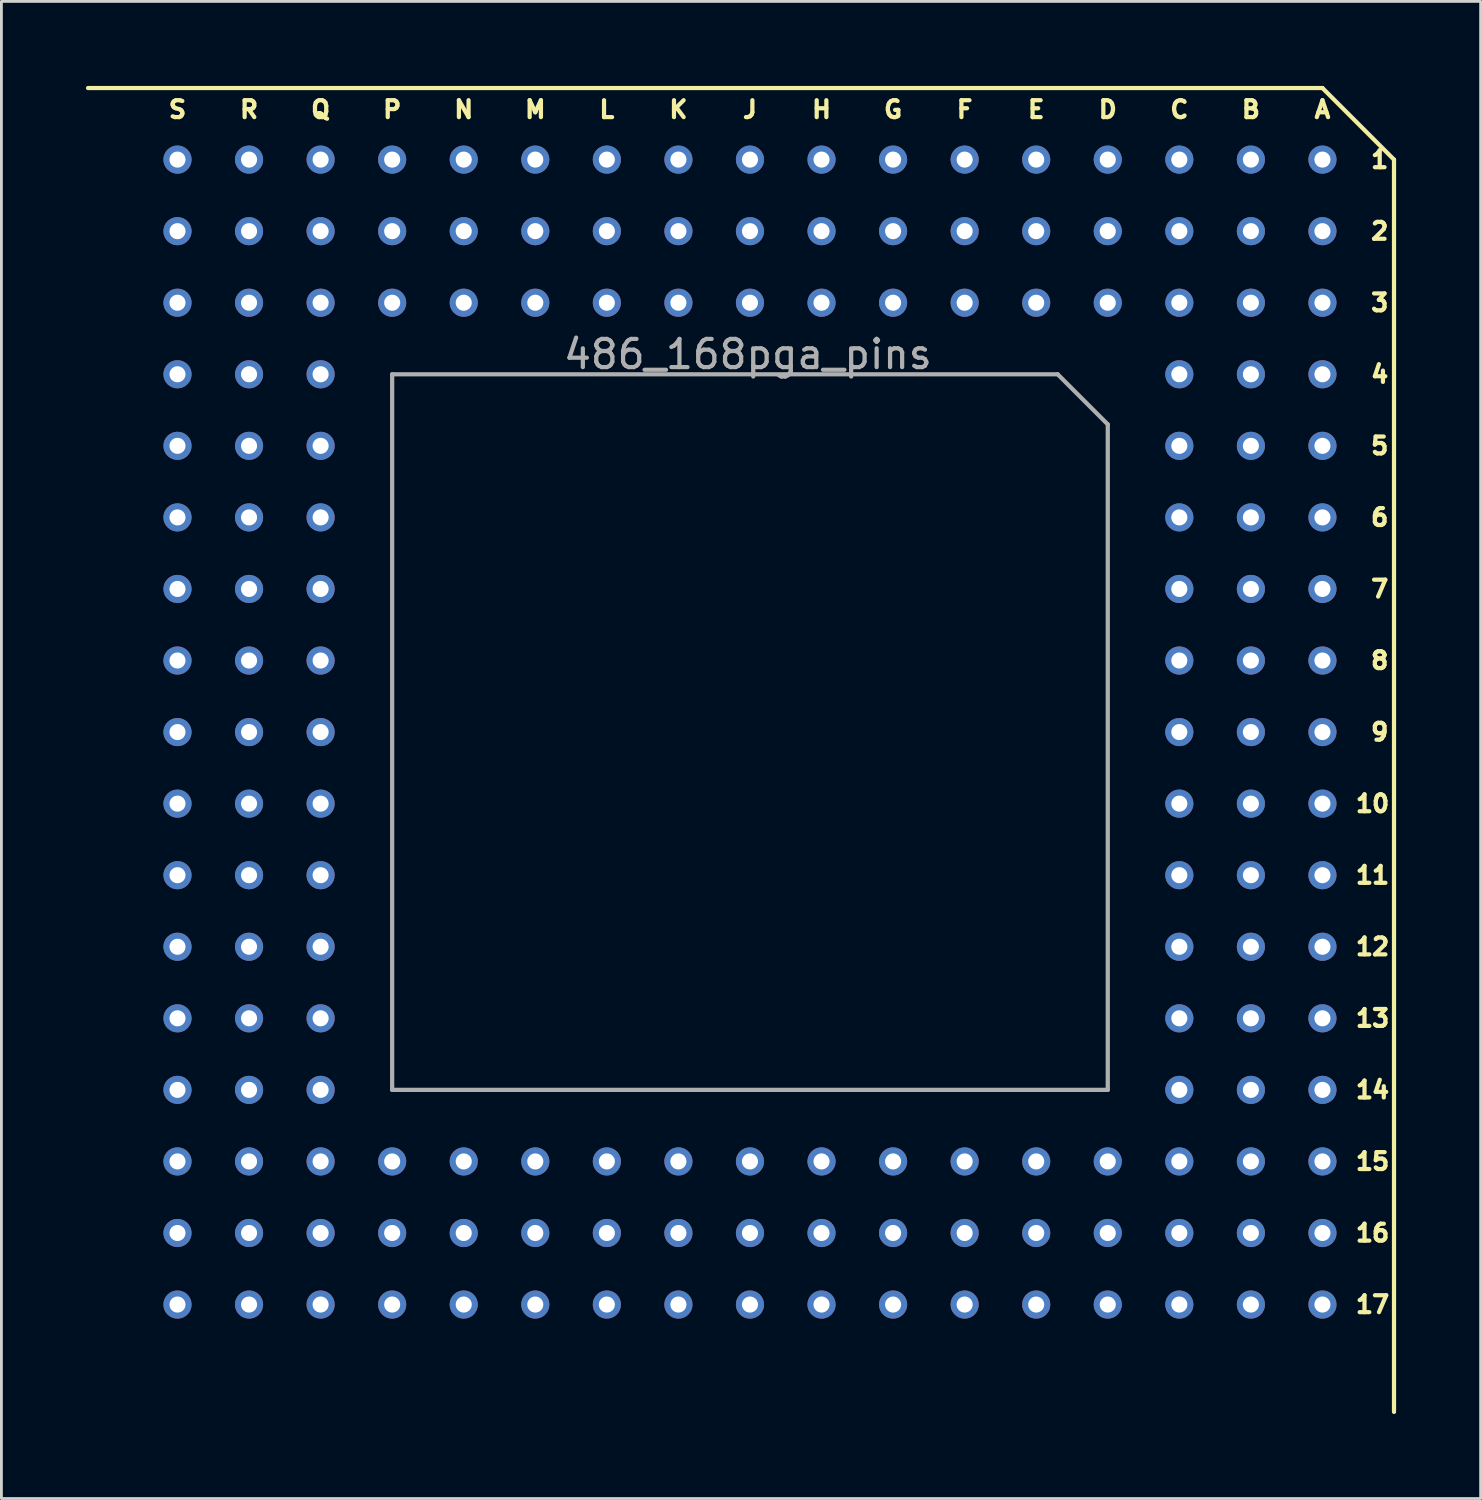
<source format=kicad_pcb>
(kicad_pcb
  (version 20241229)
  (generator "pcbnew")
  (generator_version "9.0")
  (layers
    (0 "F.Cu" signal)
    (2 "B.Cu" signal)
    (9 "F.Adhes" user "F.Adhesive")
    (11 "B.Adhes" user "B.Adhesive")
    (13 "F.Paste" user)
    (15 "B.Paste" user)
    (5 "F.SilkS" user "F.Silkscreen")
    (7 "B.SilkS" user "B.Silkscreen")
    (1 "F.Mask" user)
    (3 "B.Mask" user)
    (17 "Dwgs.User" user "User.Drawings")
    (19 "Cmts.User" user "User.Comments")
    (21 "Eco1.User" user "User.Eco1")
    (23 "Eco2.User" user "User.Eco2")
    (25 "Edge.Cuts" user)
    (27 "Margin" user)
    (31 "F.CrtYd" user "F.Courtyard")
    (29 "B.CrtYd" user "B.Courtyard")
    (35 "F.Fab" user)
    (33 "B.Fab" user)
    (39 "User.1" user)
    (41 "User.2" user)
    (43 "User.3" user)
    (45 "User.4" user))
  (footprint "486_168pga_pins"
    (layer "F.Cu")
    (at 43.89 2.615)
    (property "Reference" "486_168pga_pins" (at -20.395 6.91 0) (layer "F.Fab") (effects (font (size 1 1) (thickness 0.15))))
    (attr through_hole)
    (fp_line (start -43.815 -2.54) (end 0 -2.54) (stroke (width 0.15) (type solid)) (layer "F.SilkS"))
    (fp_line (start 0 -2.54) (end 2.54 0) (stroke (width 0.15) (type solid)) (layer "F.SilkS"))
    (fp_line (start 2.54 0) (end 2.54 44.45) (stroke (width 0.15) (type solid)) (layer "F.SilkS"))
    (fp_line (start -33.02 7.62) (end -33.02 33.02) (stroke (width 0.15) (type solid)) (layer "F.Fab"))
    (fp_line (start -33.02 33.02) (end -7.62 33.02) (stroke (width 0.15) (type solid)) (layer "F.Fab"))
    (fp_line (start -9.398 7.62) (end -33.02 7.62) (stroke (width 0.15) (type solid)) (layer "F.Fab"))
    (fp_line (start -9.398 7.62) (end -7.62 9.398) (stroke (width 0.15) (type solid)) (layer "F.Fab"))
    (fp_line (start -7.62 33.02) (end -7.62 9.398) (stroke (width 0.15) (type solid)) (layer "F.Fab"))
    (fp_text user "6" (at 2.032 12.7 0) (layer "F.SilkS") (effects (font (size 0.6 0.6) (thickness 0.15))))
    (fp_text user "8" (at 2.032 17.78 0) (layer "F.SilkS") (effects (font (size 0.6 0.6) (thickness 0.15))))
    (fp_text user "Q" (at -35.56 -1.778 0) (layer "F.SilkS") (effects (font (size 0.6 0.6) (thickness 0.15))))
    (fp_text user "4" (at 2.032 7.62 0) (layer "F.SilkS") (effects (font (size 0.6 0.6) (thickness 0.15))))
    (fp_text user "D" (at -7.62 -1.778 0) (layer "F.SilkS") (effects (font (size 0.6 0.6) (thickness 0.15))))
    (fp_text user "11" (at 1.778 25.4 0) (layer "F.SilkS") (effects (font (size 0.6 0.6) (thickness 0.15))))
    (fp_text user "17" (at 1.778 40.64 0) (layer "F.SilkS") (effects (font (size 0.6 0.6) (thickness 0.15))))
    (fp_text user "10" (at 1.778 22.86 0) (layer "F.SilkS") (effects (font (size 0.6 0.6) (thickness 0.15))))
    (fp_text user "N" (at -30.48 -1.778 0) (layer "F.SilkS") (effects (font (size 0.6 0.6) (thickness 0.15))))
    (fp_text user "S" (at -40.64 -1.778 0) (layer "F.SilkS") (effects (font (size 0.6 0.6) (thickness 0.15))))
    (fp_text user "F" (at -12.7 -1.778 0) (layer "F.SilkS") (effects (font (size 0.6 0.6) (thickness 0.15))))
    (fp_text user "7" (at 2.032 15.24 0) (layer "F.SilkS") (effects (font (size 0.6 0.6) (thickness 0.15))))
    (fp_text user "H" (at -17.78 -1.778 0) (layer "F.SilkS") (effects (font (size 0.6 0.6) (thickness 0.15))))
    (fp_text user "5" (at 2.032 10.16 0) (layer "F.SilkS") (effects (font (size 0.6 0.6) (thickness 0.15))))
    (fp_text user "G" (at -15.24 -1.778 0) (layer "F.SilkS") (effects (font (size 0.6 0.6) (thickness 0.15))))
    (fp_text user "E" (at -10.16 -1.778 0) (layer "F.SilkS") (effects (font (size 0.6 0.6) (thickness 0.15))))
    (fp_text user "15" (at 1.778 35.56 0) (layer "F.SilkS") (effects (font (size 0.6 0.6) (thickness 0.15))))
    (fp_text user "9" (at 2.032 20.32 0) (layer "F.SilkS") (effects (font (size 0.6 0.6) (thickness 0.15))))
    (fp_text user "P" (at -33.02 -1.778 0) (layer "F.SilkS") (effects (font (size 0.6 0.6) (thickness 0.15))))
    (fp_text user "B" (at -2.54 -1.778 0) (layer "F.SilkS") (effects (font (size 0.6 0.6) (thickness 0.15))))
    (fp_text user "16" (at 1.778 38.1 0) (layer "F.SilkS") (effects (font (size 0.6 0.6) (thickness 0.15))))
    (fp_text user "3" (at 2.032 5.08 0) (layer "F.SilkS") (effects (font (size 0.6 0.6) (thickness 0.15))))
    (fp_text user "R" (at -38.1 -1.778 0) (layer "F.SilkS") (effects (font (size 0.6 0.6) (thickness 0.15))))
    (fp_text user "A" (at 0 -1.778 0) (layer "F.SilkS") (effects (font (size 0.6 0.6) (thickness 0.15))))
    (fp_text user "M" (at -27.94 -1.778 0) (layer "F.SilkS") (effects (font (size 0.6 0.6) (thickness 0.15))))
    (fp_text user "2" (at 2.032 2.54 0) (layer "F.SilkS") (effects (font (size 0.6 0.6) (thickness 0.15))))
    (fp_text user "12" (at 1.778 27.94 0) (layer "F.SilkS") (effects (font (size 0.6 0.6) (thickness 0.15))))
    (fp_text user "14" (at 1.778 33.02 0) (layer "F.SilkS") (effects (font (size 0.6 0.6) (thickness 0.15))))
    (fp_text user "K" (at -22.86 -1.778 0) (layer "F.SilkS") (effects (font (size 0.6 0.6) (thickness 0.15))))
    (fp_text user "C" (at -5.08 -1.778 0) (layer "F.SilkS") (effects (font (size 0.6 0.6) (thickness 0.15))))
    (fp_text user "L" (at -25.4 -1.778 0) (layer "F.SilkS") (effects (font (size 0.6 0.6) (thickness 0.15))))
    (fp_text user "13" (at 1.778 30.48 0) (layer "F.SilkS") (effects (font (size 0.6 0.6) (thickness 0.15))))
    (fp_text user "J" (at -20.32 -1.778 0) (layer "F.SilkS") (effects (font (size 0.6 0.6) (thickness 0.15))))
    (fp_text user "1" (at 2.032 0 0) (layer "F.SilkS") (effects (font (size 0.6 0.6) (thickness 0.15))))
    (pad "A1" thru_hole circle (at 0 0) (size 1 1) (drill 0.57) (layers "*.Cu" "*.Mask"))
    (pad "A2" thru_hole circle (at 0 2.54) (size 1 1) (drill 0.57) (layers "*.Cu" "*.Mask"))
    (pad "A3" thru_hole circle (at 0 5.08) (size 1 1) (drill 0.57) (layers "*.Cu" "*.Mask"))
    (pad "A4" thru_hole circle (at 0 7.62) (size 1 1) (drill 0.57) (layers "*.Cu" "*.Mask"))
    (pad "A5" thru_hole circle (at 0 10.16) (size 1 1) (drill 0.57) (layers "*.Cu" "*.Mask"))
    (pad "A6" thru_hole circle (at 0 12.7) (size 1 1) (drill 0.57) (layers "*.Cu" "*.Mask"))
    (pad "A7" thru_hole circle (at 0 15.24) (size 1 1) (drill 0.57) (layers "*.Cu" "*.Mask"))
    (pad "A8" thru_hole circle (at 0 17.78) (size 1 1) (drill 0.57) (layers "*.Cu" "*.Mask"))
    (pad "A9" thru_hole circle (at 0 20.32) (size 1 1) (drill 0.57) (layers "*.Cu" "*.Mask"))
    (pad "A10" thru_hole circle (at 0 22.86) (size 1 1) (drill 0.57) (layers "*.Cu" "*.Mask"))
    (pad "A11" thru_hole circle (at 0 25.4) (size 1 1) (drill 0.57) (layers "*.Cu" "*.Mask"))
    (pad "A12" thru_hole circle (at 0 27.94) (size 1 1) (drill 0.57) (layers "*.Cu" "*.Mask"))
    (pad "A13" thru_hole circle (at 0 30.48) (size 1 1) (drill 0.57) (layers "*.Cu" "*.Mask"))
    (pad "A14" thru_hole circle (at 0 33.02) (size 1 1) (drill 0.57) (layers "*.Cu" "*.Mask"))
    (pad "A15" thru_hole circle (at 0 35.56) (size 1 1) (drill 0.57) (layers "*.Cu" "*.Mask"))
    (pad "A16" thru_hole circle (at 0 38.1) (size 1 1) (drill 0.57) (layers "*.Cu" "*.Mask"))
    (pad "A17" thru_hole circle (at 0 40.64) (size 1 1) (drill 0.57) (layers "*.Cu" "*.Mask"))
    (pad "B1" thru_hole circle (at -2.54 0) (size 1 1) (drill 0.57) (layers "*.Cu" "*.Mask"))
    (pad "B2" thru_hole circle (at -2.54 2.54) (size 1 1) (drill 0.57) (layers "*.Cu" "*.Mask"))
    (pad "B3" thru_hole circle (at -2.54 5.08) (size 1 1) (drill 0.57) (layers "*.Cu" "*.Mask"))
    (pad "B4" thru_hole circle (at -2.54 7.62) (size 1 1) (drill 0.57) (layers "*.Cu" "*.Mask"))
    (pad "B5" thru_hole circle (at -2.54 10.16) (size 1 1) (drill 0.57) (layers "*.Cu" "*.Mask"))
    (pad "B6" thru_hole circle (at -2.54 12.7) (size 1 1) (drill 0.57) (layers "*.Cu" "*.Mask"))
    (pad "B7" thru_hole circle (at -2.54 15.24) (size 1 1) (drill 0.57) (layers "*.Cu" "*.Mask"))
    (pad "B8" thru_hole circle (at -2.54 17.78) (size 1 1) (drill 0.57) (layers "*.Cu" "*.Mask"))
    (pad "B9" thru_hole circle (at -2.54 20.32) (size 1 1) (drill 0.57) (layers "*.Cu" "*.Mask"))
    (pad "B10" thru_hole circle (at -2.54 22.86) (size 1 1) (drill 0.57) (layers "*.Cu" "*.Mask"))
    (pad "B11" thru_hole circle (at -2.54 25.4) (size 1 1) (drill 0.57) (layers "*.Cu" "*.Mask"))
    (pad "B12" thru_hole circle (at -2.54 27.94) (size 1 1) (drill 0.57) (layers "*.Cu" "*.Mask"))
    (pad "B13" thru_hole circle (at -2.54 30.48) (size 1 1) (drill 0.57) (layers "*.Cu" "*.Mask"))
    (pad "B14" thru_hole circle (at -2.54 33.02) (size 1 1) (drill 0.57) (layers "*.Cu" "*.Mask"))
    (pad "B15" thru_hole circle (at -2.54 35.56) (size 1 1) (drill 0.57) (layers "*.Cu" "*.Mask"))
    (pad "B16" thru_hole circle (at -2.54 38.1) (size 1 1) (drill 0.57) (layers "*.Cu" "*.Mask"))
    (pad "B17" thru_hole circle (at -2.54 40.64) (size 1 1) (drill 0.57) (layers "*.Cu" "*.Mask"))
    (pad "C1" thru_hole circle (at -5.08 0) (size 1 1) (drill 0.57) (layers "*.Cu" "*.Mask"))
    (pad "C2" thru_hole circle (at -5.08 2.54) (size 1 1) (drill 0.57) (layers "*.Cu" "*.Mask"))
    (pad "C3" thru_hole circle (at -5.08 5.08) (size 1 1) (drill 0.57) (layers "*.Cu" "*.Mask"))
    (pad "C4" thru_hole circle (at -5.08 7.62) (size 1 1) (drill 0.57) (layers "*.Cu" "*.Mask"))
    (pad "C5" thru_hole circle (at -5.08 10.16) (size 1 1) (drill 0.57) (layers "*.Cu" "*.Mask"))
    (pad "C6" thru_hole circle (at -5.08 12.7) (size 1 1) (drill 0.57) (layers "*.Cu" "*.Mask"))
    (pad "C7" thru_hole circle (at -5.08 15.24) (size 1 1) (drill 0.57) (layers "*.Cu" "*.Mask"))
    (pad "C8" thru_hole circle (at -5.08 17.78) (size 1 1) (drill 0.57) (layers "*.Cu" "*.Mask"))
    (pad "C9" thru_hole circle (at -5.08 20.32) (size 1 1) (drill 0.57) (layers "*.Cu" "*.Mask"))
    (pad "C10" thru_hole circle (at -5.08 22.86) (size 1 1) (drill 0.57) (layers "*.Cu" "*.Mask"))
    (pad "C11" thru_hole circle (at -5.08 25.4) (size 1 1) (drill 0.57) (layers "*.Cu" "*.Mask"))
    (pad "C12" thru_hole circle (at -5.08 27.94) (size 1 1) (drill 0.57) (layers "*.Cu" "*.Mask"))
    (pad "C13" thru_hole circle (at -5.08 30.48) (size 1 1) (drill 0.57) (layers "*.Cu" "*.Mask"))
    (pad "C14" thru_hole circle (at -5.08 33.02) (size 1 1) (drill 0.57) (layers "*.Cu" "*.Mask"))
    (pad "C15" thru_hole circle (at -5.08 35.56) (size 1 1) (drill 0.57) (layers "*.Cu" "*.Mask"))
    (pad "C16" thru_hole circle (at -5.08 38.1) (size 1 1) (drill 0.57) (layers "*.Cu" "*.Mask"))
    (pad "C17" thru_hole circle (at -5.08 40.64) (size 1 1) (drill 0.57) (layers "*.Cu" "*.Mask"))
    (pad "D1" thru_hole circle (at -7.62 0) (size 1 1) (drill 0.57) (layers "*.Cu" "*.Mask"))
    (pad "D2" thru_hole circle (at -7.62 2.54) (size 1 1) (drill 0.57) (layers "*.Cu" "*.Mask"))
    (pad "D3" thru_hole circle (at -7.62 5.08) (size 1 1) (drill 0.57) (layers "*.Cu" "*.Mask"))
    (pad "D15" thru_hole circle (at -7.62 35.56) (size 1 1) (drill 0.57) (layers "*.Cu" "*.Mask"))
    (pad "D16" thru_hole circle (at -7.62 38.1) (size 1 1) (drill 0.57) (layers "*.Cu" "*.Mask"))
    (pad "D17" thru_hole circle (at -7.62 40.64) (size 1 1) (drill 0.57) (layers "*.Cu" "*.Mask"))
    (pad "E1" thru_hole circle (at -10.16 0) (size 1 1) (drill 0.57) (layers "*.Cu" "*.Mask"))
    (pad "E2" thru_hole circle (at -10.16 2.54) (size 1 1) (drill 0.57) (layers "*.Cu" "*.Mask"))
    (pad "E3" thru_hole circle (at -10.16 5.08) (size 1 1) (drill 0.57) (layers "*.Cu" "*.Mask"))
    (pad "E15" thru_hole circle (at -10.16 35.56) (size 1 1) (drill 0.57) (layers "*.Cu" "*.Mask"))
    (pad "E16" thru_hole circle (at -10.16 38.1) (size 1 1) (drill 0.57) (layers "*.Cu" "*.Mask"))
    (pad "E17" thru_hole circle (at -10.16 40.64) (size 1 1) (drill 0.57) (layers "*.Cu" "*.Mask"))
    (pad "F1" thru_hole circle (at -12.7 0) (size 1 1) (drill 0.57) (layers "*.Cu" "*.Mask"))
    (pad "F2" thru_hole circle (at -12.7 2.54) (size 1 1) (drill 0.57) (layers "*.Cu" "*.Mask"))
    (pad "F3" thru_hole circle (at -12.7 5.08) (size 1 1) (drill 0.57) (layers "*.Cu" "*.Mask"))
    (pad "F15" thru_hole circle (at -12.7 35.56) (size 1 1) (drill 0.57) (layers "*.Cu" "*.Mask"))
    (pad "F16" thru_hole circle (at -12.7 38.1) (size 1 1) (drill 0.57) (layers "*.Cu" "*.Mask"))
    (pad "F17" thru_hole circle (at -12.7 40.64) (size 1 1) (drill 0.57) (layers "*.Cu" "*.Mask"))
    (pad "G1" thru_hole circle (at -15.24 0) (size 1 1) (drill 0.57) (layers "*.Cu" "*.Mask"))
    (pad "G2" thru_hole circle (at -15.24 2.54) (size 1 1) (drill 0.57) (layers "*.Cu" "*.Mask"))
    (pad "G3" thru_hole circle (at -15.24 5.08) (size 1 1) (drill 0.57) (layers "*.Cu" "*.Mask"))
    (pad "G15" thru_hole circle (at -15.24 35.56) (size 1 1) (drill 0.57) (layers "*.Cu" "*.Mask"))
    (pad "G16" thru_hole circle (at -15.24 38.1) (size 1 1) (drill 0.57) (layers "*.Cu" "*.Mask"))
    (pad "G17" thru_hole circle (at -15.24 40.64) (size 1 1) (drill 0.57) (layers "*.Cu" "*.Mask"))
    (pad "H1" thru_hole circle (at -17.78 0) (size 1 1) (drill 0.57) (layers "*.Cu" "*.Mask"))
    (pad "H2" thru_hole circle (at -17.78 2.54) (size 1 1) (drill 0.57) (layers "*.Cu" "*.Mask"))
    (pad "H3" thru_hole circle (at -17.78 5.08) (size 1 1) (drill 0.57) (layers "*.Cu" "*.Mask"))
    (pad "H15" thru_hole circle (at -17.78 35.56) (size 1 1) (drill 0.57) (layers "*.Cu" "*.Mask"))
    (pad "H16" thru_hole circle (at -17.78 38.1) (size 1 1) (drill 0.57) (layers "*.Cu" "*.Mask"))
    (pad "H17" thru_hole circle (at -17.78 40.64) (size 1 1) (drill 0.57) (layers "*.Cu" "*.Mask"))
    (pad "J1" thru_hole circle (at -20.32 0) (size 1 1) (drill 0.57) (layers "*.Cu" "*.Mask"))
    (pad "J2" thru_hole circle (at -20.32 2.54) (size 1 1) (drill 0.57) (layers "*.Cu" "*.Mask"))
    (pad "J3" thru_hole circle (at -20.32 5.08) (size 1 1) (drill 0.57) (layers "*.Cu" "*.Mask"))
    (pad "J15" thru_hole circle (at -20.32 35.56) (size 1 1) (drill 0.57) (layers "*.Cu" "*.Mask"))
    (pad "J16" thru_hole circle (at -20.32 38.1) (size 1 1) (drill 0.57) (layers "*.Cu" "*.Mask"))
    (pad "J17" thru_hole circle (at -20.32 40.64) (size 1 1) (drill 0.57) (layers "*.Cu" "*.Mask"))
    (pad "K1" thru_hole circle (at -22.86 0) (size 1 1) (drill 0.57) (layers "*.Cu" "*.Mask"))
    (pad "K2" thru_hole circle (at -22.86 2.54) (size 1 1) (drill 0.57) (layers "*.Cu" "*.Mask"))
    (pad "K3" thru_hole circle (at -22.86 5.08) (size 1 1) (drill 0.57) (layers "*.Cu" "*.Mask"))
    (pad "K15" thru_hole circle (at -22.86 35.56) (size 1 1) (drill 0.57) (layers "*.Cu" "*.Mask"))
    (pad "K16" thru_hole circle (at -22.86 38.1) (size 1 1) (drill 0.57) (layers "*.Cu" "*.Mask"))
    (pad "K17" thru_hole circle (at -22.86 40.64) (size 1 1) (drill 0.57) (layers "*.Cu" "*.Mask"))
    (pad "L1" thru_hole circle (at -25.4 0) (size 1 1) (drill 0.57) (layers "*.Cu" "*.Mask"))
    (pad "L2" thru_hole circle (at -25.4 2.54) (size 1 1) (drill 0.57) (layers "*.Cu" "*.Mask"))
    (pad "L3" thru_hole circle (at -25.4 5.08) (size 1 1) (drill 0.57) (layers "*.Cu" "*.Mask"))
    (pad "L15" thru_hole circle (at -25.4 35.56) (size 1 1) (drill 0.57) (layers "*.Cu" "*.Mask"))
    (pad "L16" thru_hole circle (at -25.4 38.1) (size 1 1) (drill 0.57) (layers "*.Cu" "*.Mask"))
    (pad "L17" thru_hole circle (at -25.4 40.64) (size 1 1) (drill 0.57) (layers "*.Cu" "*.Mask"))
    (pad "M1" thru_hole circle (at -27.94 0) (size 1 1) (drill 0.57) (layers "*.Cu" "*.Mask"))
    (pad "M2" thru_hole circle (at -27.94 2.54) (size 1 1) (drill 0.57) (layers "*.Cu" "*.Mask"))
    (pad "M3" thru_hole circle (at -27.94 5.08) (size 1 1) (drill 0.57) (layers "*.Cu" "*.Mask"))
    (pad "M15" thru_hole circle (at -27.94 35.56) (size 1 1) (drill 0.57) (layers "*.Cu" "*.Mask"))
    (pad "M16" thru_hole circle (at -27.94 38.1) (size 1 1) (drill 0.57) (layers "*.Cu" "*.Mask"))
    (pad "M17" thru_hole circle (at -27.94 40.64) (size 1 1) (drill 0.57) (layers "*.Cu" "*.Mask"))
    (pad "N1" thru_hole circle (at -30.48 0) (size 1 1) (drill 0.57) (layers "*.Cu" "*.Mask"))
    (pad "N2" thru_hole circle (at -30.48 2.54) (size 1 1) (drill 0.57) (layers "*.Cu" "*.Mask"))
    (pad "N3" thru_hole circle (at -30.48 5.08) (size 1 1) (drill 0.57) (layers "*.Cu" "*.Mask"))
    (pad "N15" thru_hole circle (at -30.48 35.56) (size 1 1) (drill 0.57) (layers "*.Cu" "*.Mask"))
    (pad "N16" thru_hole circle (at -30.48 38.1) (size 1 1) (drill 0.57) (layers "*.Cu" "*.Mask"))
    (pad "N17" thru_hole circle (at -30.48 40.64) (size 1 1) (drill 0.57) (layers "*.Cu" "*.Mask"))
    (pad "P1" thru_hole circle (at -33.02 0) (size 1 1) (drill 0.57) (layers "*.Cu" "*.Mask"))
    (pad "P2" thru_hole circle (at -33.02 2.54) (size 1 1) (drill 0.57) (layers "*.Cu" "*.Mask"))
    (pad "P3" thru_hole circle (at -33.02 5.08) (size 1 1) (drill 0.57) (layers "*.Cu" "*.Mask"))
    (pad "P15" thru_hole circle (at -33.02 35.56) (size 1 1) (drill 0.57) (layers "*.Cu" "*.Mask"))
    (pad "P16" thru_hole circle (at -33.02 38.1) (size 1 1) (drill 0.57) (layers "*.Cu" "*.Mask"))
    (pad "P17" thru_hole circle (at -33.02 40.64) (size 1 1) (drill 0.57) (layers "*.Cu" "*.Mask"))
    (pad "Q1" thru_hole circle (at -35.56 0) (size 1 1) (drill 0.57) (layers "*.Cu" "*.Mask"))
    (pad "Q2" thru_hole circle (at -35.56 2.54) (size 1 1) (drill 0.57) (layers "*.Cu" "*.Mask"))
    (pad "Q3" thru_hole circle (at -35.56 5.08) (size 1 1) (drill 0.57) (layers "*.Cu" "*.Mask"))
    (pad "Q4" thru_hole circle (at -35.56 7.62) (size 1 1) (drill 0.57) (layers "*.Cu" "*.Mask"))
    (pad "Q5" thru_hole circle (at -35.56 10.16) (size 1 1) (drill 0.57) (layers "*.Cu" "*.Mask"))
    (pad "Q6" thru_hole circle (at -35.56 12.7) (size 1 1) (drill 0.57) (layers "*.Cu" "*.Mask"))
    (pad "Q7" thru_hole circle (at -35.56 15.24) (size 1 1) (drill 0.57) (layers "*.Cu" "*.Mask"))
    (pad "Q8" thru_hole circle (at -35.56 17.78) (size 1 1) (drill 0.57) (layers "*.Cu" "*.Mask"))
    (pad "Q9" thru_hole circle (at -35.56 20.32) (size 1 1) (drill 0.57) (layers "*.Cu" "*.Mask"))
    (pad "Q10" thru_hole circle (at -35.56 22.86) (size 1 1) (drill 0.57) (layers "*.Cu" "*.Mask"))
    (pad "Q11" thru_hole circle (at -35.56 25.4) (size 1 1) (drill 0.57) (layers "*.Cu" "*.Mask"))
    (pad "Q12" thru_hole circle (at -35.56 27.94) (size 1 1) (drill 0.57) (layers "*.Cu" "*.Mask"))
    (pad "Q13" thru_hole circle (at -35.56 30.48) (size 1 1) (drill 0.57) (layers "*.Cu" "*.Mask"))
    (pad "Q14" thru_hole circle (at -35.56 33.02) (size 1 1) (drill 0.57) (layers "*.Cu" "*.Mask"))
    (pad "Q15" thru_hole circle (at -35.56 35.56) (size 1 1) (drill 0.57) (layers "*.Cu" "*.Mask"))
    (pad "Q16" thru_hole circle (at -35.56 38.1) (size 1 1) (drill 0.57) (layers "*.Cu" "*.Mask"))
    (pad "Q17" thru_hole circle (at -35.56 40.64) (size 1 1) (drill 0.57) (layers "*.Cu" "*.Mask"))
    (pad "R1" thru_hole circle (at -38.1 0) (size 1 1) (drill 0.57) (layers "*.Cu" "*.Mask"))
    (pad "R2" thru_hole circle (at -38.1 2.54) (size 1 1) (drill 0.57) (layers "*.Cu" "*.Mask"))
    (pad "R3" thru_hole circle (at -38.1 5.08) (size 1 1) (drill 0.57) (layers "*.Cu" "*.Mask"))
    (pad "R4" thru_hole circle (at -38.1 7.62) (size 1 1) (drill 0.57) (layers "*.Cu" "*.Mask"))
    (pad "R5" thru_hole circle (at -38.1 10.16) (size 1 1) (drill 0.57) (layers "*.Cu" "*.Mask"))
    (pad "R6" thru_hole circle (at -38.1 12.7) (size 1 1) (drill 0.57) (layers "*.Cu" "*.Mask"))
    (pad "R7" thru_hole circle (at -38.1 15.24) (size 1 1) (drill 0.57) (layers "*.Cu" "*.Mask"))
    (pad "R8" thru_hole circle (at -38.1 17.78) (size 1 1) (drill 0.57) (layers "*.Cu" "*.Mask"))
    (pad "R9" thru_hole circle (at -38.1 20.32) (size 1 1) (drill 0.57) (layers "*.Cu" "*.Mask"))
    (pad "R10" thru_hole circle (at -38.1 22.86) (size 1 1) (drill 0.57) (layers "*.Cu" "*.Mask"))
    (pad "R11" thru_hole circle (at -38.1 25.4) (size 1 1) (drill 0.57) (layers "*.Cu" "*.Mask"))
    (pad "R12" thru_hole circle (at -38.1 27.94) (size 1 1) (drill 0.57) (layers "*.Cu" "*.Mask"))
    (pad "R13" thru_hole circle (at -38.1 30.48) (size 1 1) (drill 0.57) (layers "*.Cu" "*.Mask"))
    (pad "R14" thru_hole circle (at -38.1 33.02) (size 1 1) (drill 0.57) (layers "*.Cu" "*.Mask"))
    (pad "R15" thru_hole circle (at -38.1 35.56) (size 1 1) (drill 0.57) (layers "*.Cu" "*.Mask"))
    (pad "R16" thru_hole circle (at -38.1 38.1) (size 1 1) (drill 0.57) (layers "*.Cu" "*.Mask"))
    (pad "R17" thru_hole circle (at -38.1 40.64) (size 1 1) (drill 0.57) (layers "*.Cu" "*.Mask"))
    (pad "S1" thru_hole circle (at -40.64 0) (size 1 1) (drill 0.57) (layers "*.Cu" "*.Mask"))
    (pad "S2" thru_hole circle (at -40.64 2.54) (size 1 1) (drill 0.57) (layers "*.Cu" "*.Mask"))
    (pad "S3" thru_hole circle (at -40.64 5.08) (size 1 1) (drill 0.57) (layers "*.Cu" "*.Mask"))
    (pad "S4" thru_hole circle (at -40.64 7.62) (size 1 1) (drill 0.57) (layers "*.Cu" "*.Mask"))
    (pad "S5" thru_hole circle (at -40.64 10.16) (size 1 1) (drill 0.57) (layers "*.Cu" "*.Mask"))
    (pad "S6" thru_hole circle (at -40.64 12.7) (size 1 1) (drill 0.57) (layers "*.Cu" "*.Mask"))
    (pad "S7" thru_hole circle (at -40.64 15.24) (size 1 1) (drill 0.57) (layers "*.Cu" "*.Mask"))
    (pad "S8" thru_hole circle (at -40.64 17.78) (size 1 1) (drill 0.57) (layers "*.Cu" "*.Mask"))
    (pad "S9" thru_hole circle (at -40.64 20.32) (size 1 1) (drill 0.57) (layers "*.Cu" "*.Mask"))
    (pad "S10" thru_hole circle (at -40.64 22.86) (size 1 1) (drill 0.57) (layers "*.Cu" "*.Mask"))
    (pad "S11" thru_hole circle (at -40.64 25.4) (size 1 1) (drill 0.57) (layers "*.Cu" "*.Mask"))
    (pad "S12" thru_hole circle (at -40.64 27.94) (size 1 1) (drill 0.57) (layers "*.Cu" "*.Mask"))
    (pad "S13" thru_hole circle (at -40.64 30.48) (size 1 1) (drill 0.57) (layers "*.Cu" "*.Mask"))
    (pad "S14" thru_hole circle (at -40.64 33.02) (size 1 1) (drill 0.57) (layers "*.Cu" "*.Mask"))
    (pad "S15" thru_hole circle (at -40.64 35.56) (size 1 1) (drill 0.57) (layers "*.Cu" "*.Mask"))
    (pad "S16" thru_hole circle (at -40.64 38.1) (size 1 1) (drill 0.57) (layers "*.Cu" "*.Mask"))
    (pad "S17" thru_hole circle (at -40.64 40.64) (size 1 1) (drill 0.57) (layers "*.Cu" "*.Mask")))
  (gr_rect
    (start -3 -3)
    (end 49.505 50.14)
    (stroke (width 0.1) (type default))
    (fill no)
    (layer "Edge.Cuts")))
</source>
